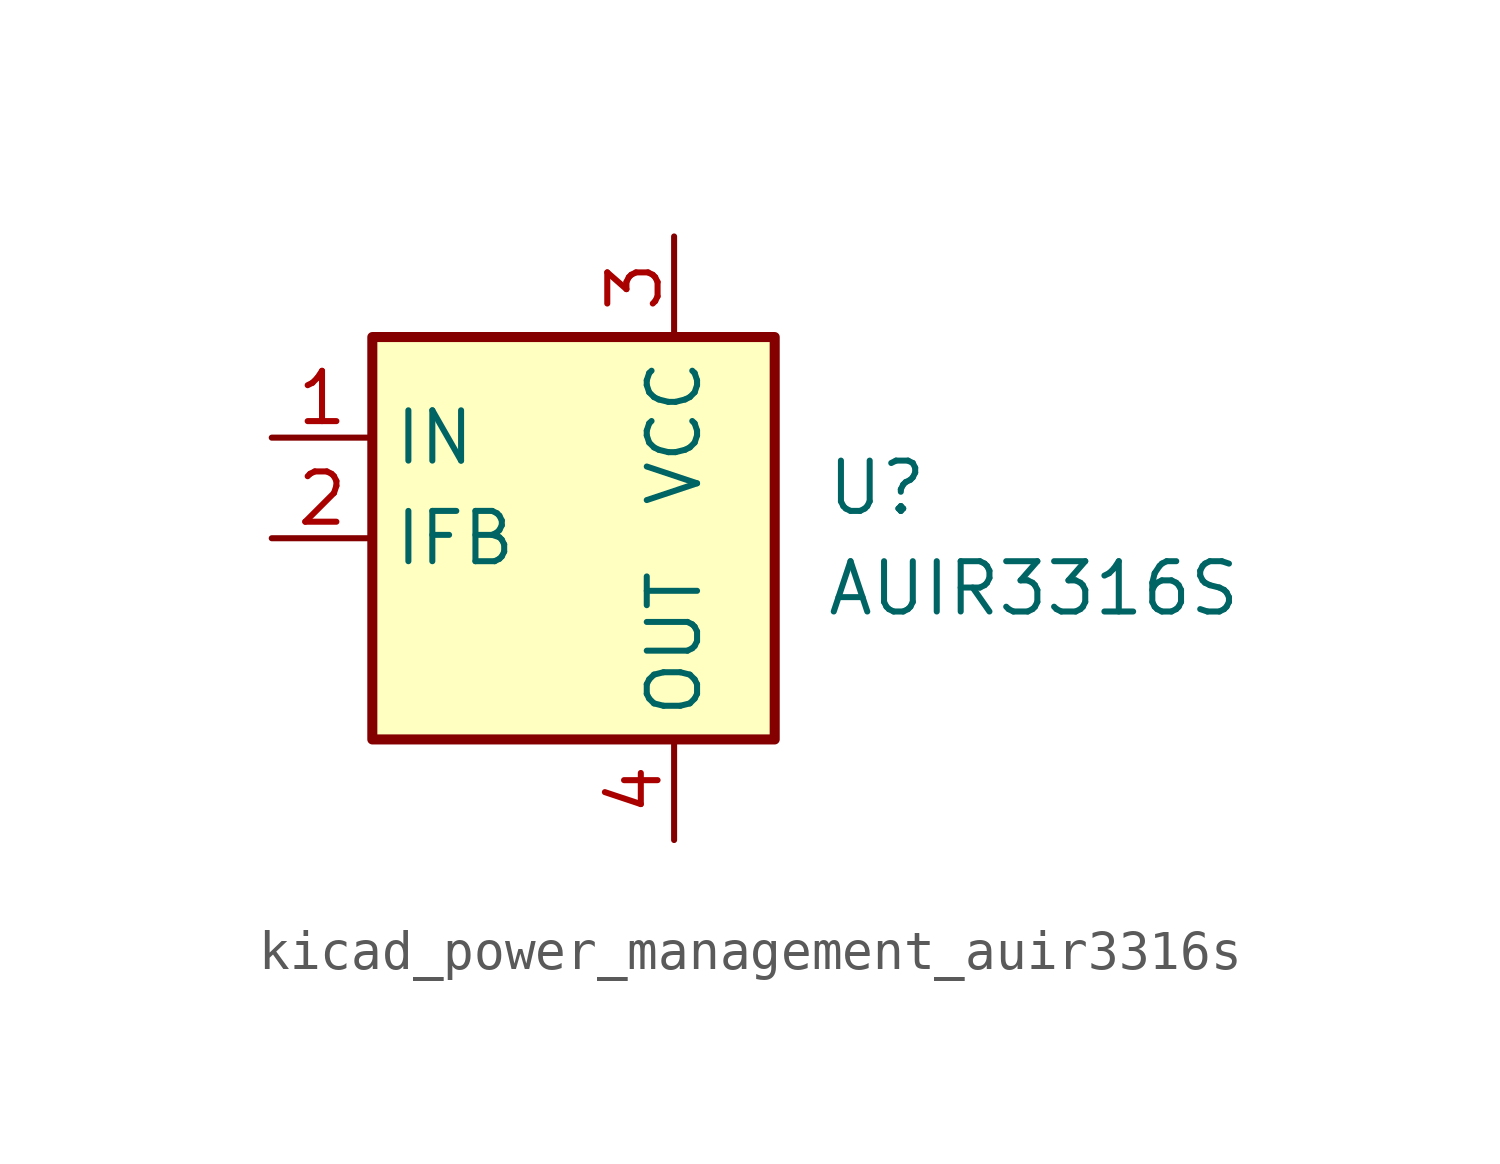
<source format=kicad_sym>
(kicad_symbol_lib
  (version 20220914)
  (generator kicad_symbol_editor)
  (symbol "kicad_power_management_auir3316s"
    (property "Reference" "U"
      (at 3.81 1.27 0)
      (effects (font (size 1.27 1.27)) (justify left)))
    (property "Value" "AUIR3316S"
      (at 3.81 -1.27 0)
      (effects (font (size 1.27 1.27)) (justify left)))
    (symbol "kicad_power_management_auir3316s_0_1"
      (rectangle (start -7.62 5.08) (end 2.54 -5.08) (stroke (width 0.254) (type default)) (fill (type background))))
    (symbol "kicad_power_management_auir3316s_1_1"
      (pin input line (at -10.16 2.54 0) (length 2.54) (name "IN" (effects (font (size 1.27 1.27)))) (number "1" (effects (font (size 1.27 1.27)))))
      (pin output line (at -10.16 0 0) (length 2.54) (name "IFB" (effects (font (size 1.27 1.27)))) (number "2" (effects (font (size 1.27 1.27)))))
      (pin power_in line (at 0 7.62 270) (length 2.54) (name "VCC" (effects (font (size 1.27 1.27)))) (number "3" (effects (font (size 1.27 1.27)))))
      (pin power_out line (at 0 -7.62 90) (length 2.54) (name "OUT" (effects (font (size 1.27 1.27)))) (number "4" (effects (font (size 1.27 1.27)))))
      (pin passive line (at 0 -7.62 90) (length 2.54) hide (name "OUT" (effects (font (size 1.27 1.27)))) (number "5" (effects (font (size 1.27 1.27))))))))
</source>
